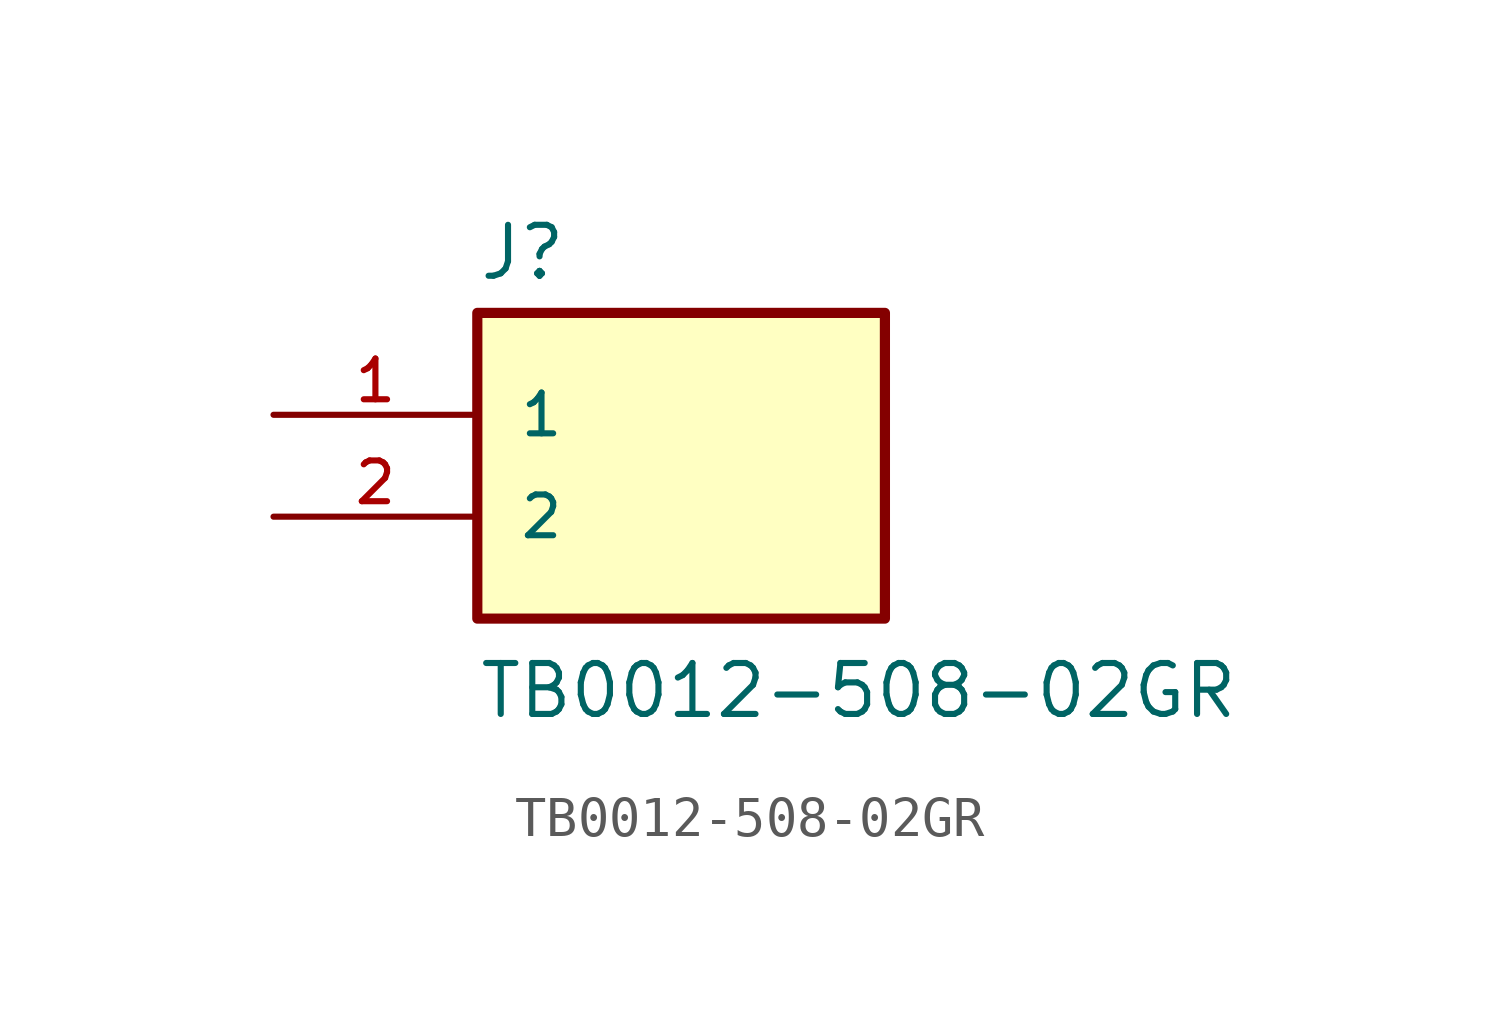
<source format=kicad_sym>
(kicad_symbol_lib
  (version 20211014)
  (generator kicad_symbol_editor)
  (symbol "TB0012-508-02GR"
    (pin_names
      (offset 1.016))
    (property "Reference" "J"
      (at -5.08 5.842 0)
      (effects (font (size 1.27 1.27)) (justify bottom left)))
    (property "Value" "TB0012-508-02GR"
      (at -5.08 -5.08 0)
      (effects (font (size 1.27 1.27)) (justify bottom left)))
    (symbol "TB0012-508-02GR_0_0"
      (rectangle (start -5.08 -2.54) (end 5.08 5.08) (stroke (width 0.254)) (fill (type background)))
      (pin passive line (at -10.16 2.54 0) (length 5.08) (name "1" (effects (font (size 1.016 1.016)))) (number "1" (effects (font (size 1.016 1.016)))))
      (pin passive line (at -10.16 0.0 0) (length 5.08) (name "2" (effects (font (size 1.016 1.016)))) (number "2" (effects (font (size 1.016 1.016))))))))
</source>
